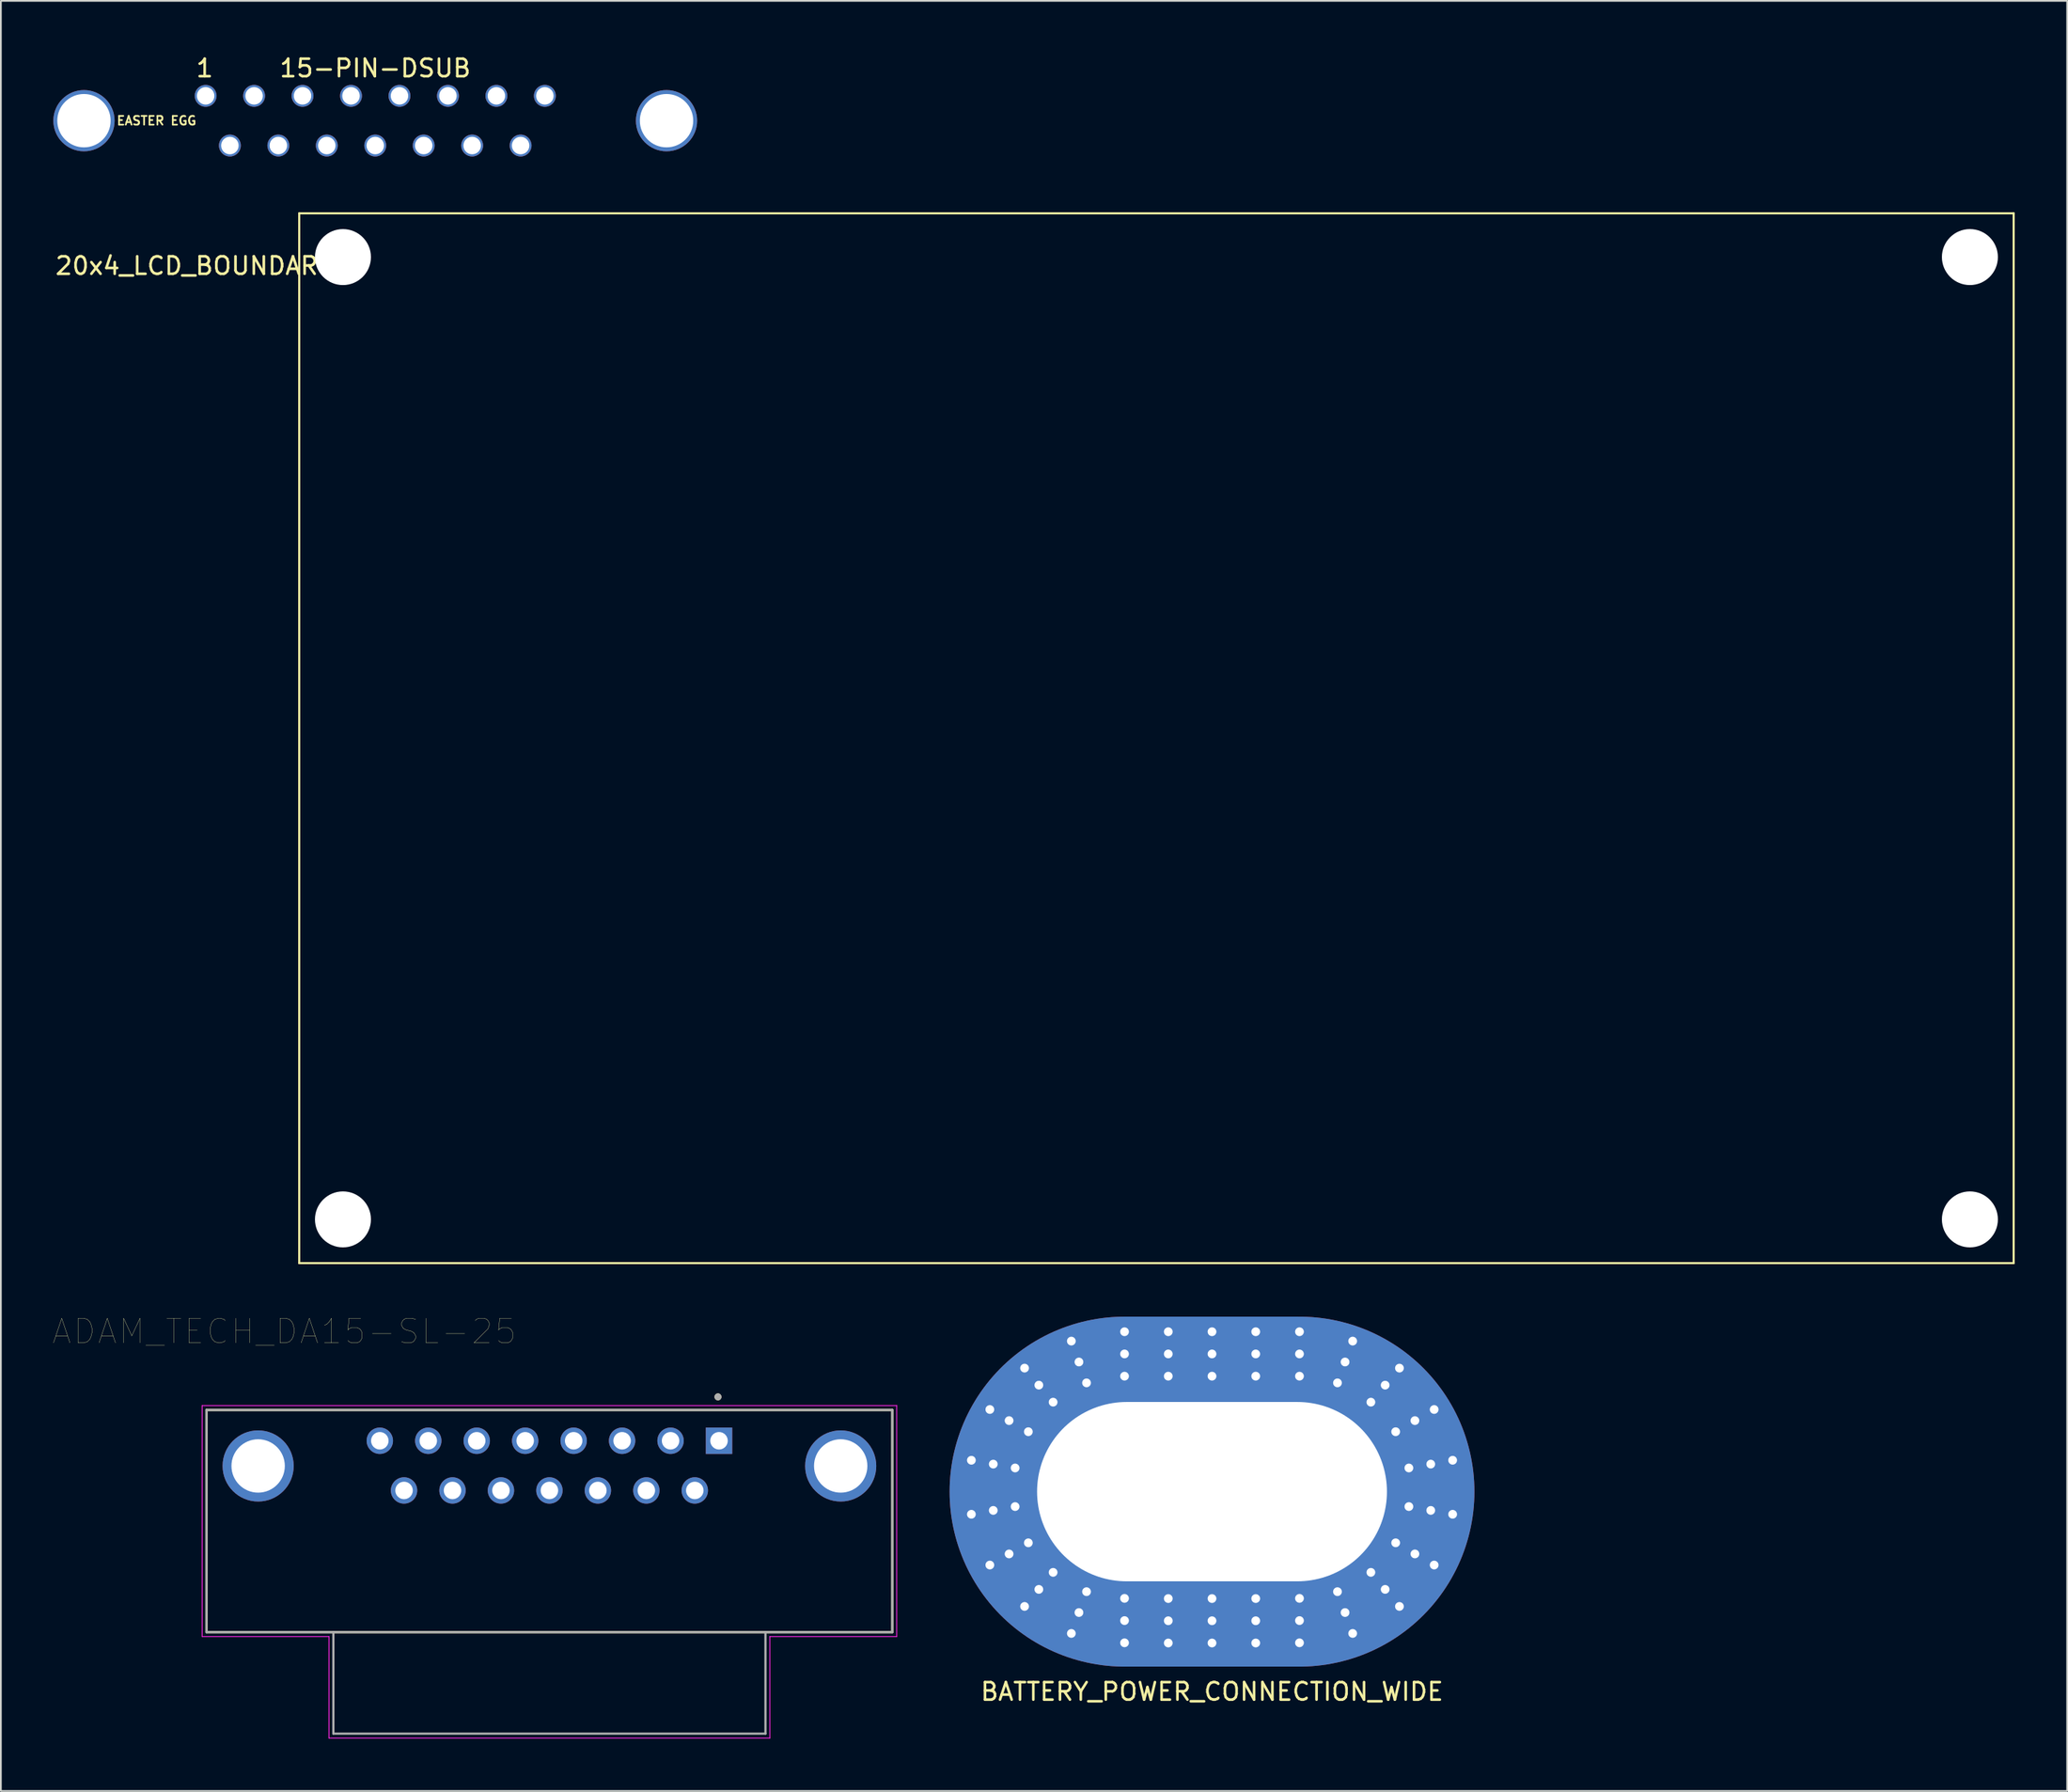
<source format=kicad_pcb>
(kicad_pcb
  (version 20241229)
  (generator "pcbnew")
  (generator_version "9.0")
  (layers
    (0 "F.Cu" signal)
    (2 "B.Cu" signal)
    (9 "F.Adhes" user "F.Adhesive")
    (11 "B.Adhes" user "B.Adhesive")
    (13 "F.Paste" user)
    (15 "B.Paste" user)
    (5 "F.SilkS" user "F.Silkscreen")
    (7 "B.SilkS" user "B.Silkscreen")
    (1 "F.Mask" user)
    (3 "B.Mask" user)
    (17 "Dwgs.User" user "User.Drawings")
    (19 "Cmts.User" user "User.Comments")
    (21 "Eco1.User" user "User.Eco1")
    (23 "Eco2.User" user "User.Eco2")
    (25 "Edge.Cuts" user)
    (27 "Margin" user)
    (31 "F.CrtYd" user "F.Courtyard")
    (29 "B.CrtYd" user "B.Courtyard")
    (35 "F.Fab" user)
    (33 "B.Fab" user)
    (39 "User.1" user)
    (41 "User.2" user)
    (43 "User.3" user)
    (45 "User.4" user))
  (footprint "ADAM_TECH_DA15-SL-25"
    (layer "F.Cu")
    (at 28.356 80.715)
    (property "Reference" "ADAM_TECH_DA15-SL-25" (at -15.159 -7.666 0) (layer "F.SilkS") (effects (font (size 1.402 1.402) (thickness 0.015))))
    (attr through_hole)
    (fp_line (start -19.6 -3.18) (end 19.6 -3.18) (stroke (width 0.127) (type solid)) (layer "F.SilkS"))
    (fp_line (start -19.6 9.52) (end -19.6 -3.18) (stroke (width 0.127) (type solid)) (layer "F.SilkS"))
    (fp_line (start 19.6 -3.18) (end 19.6 9.52) (stroke (width 0.127) (type solid)) (layer "F.SilkS"))
    (fp_line (start 19.6 9.52) (end -19.6 9.52) (stroke (width 0.127) (type solid)) (layer "F.SilkS"))
    (fp_circle (center 9.635 -3.928) (end 9.735 -3.928) (stroke (width 0.2) (type solid)) (fill no) (layer "F.SilkS"))
    (fp_line (start -19.85 -3.43) (end 19.85 -3.43) (stroke (width 0.05) (type solid)) (layer "F.CrtYd"))
    (fp_line (start -19.85 9.77) (end -19.85 -3.43) (stroke (width 0.05) (type solid)) (layer "F.CrtYd"))
    (fp_line (start -12.6 9.77) (end -19.85 9.77) (stroke (width 0.05) (type solid)) (layer "F.CrtYd"))
    (fp_line (start -12.6 15.57) (end -12.6 9.77) (stroke (width 0.05) (type solid)) (layer "F.CrtYd"))
    (fp_line (start 12.6 9.77) (end 12.6 15.57) (stroke (width 0.05) (type solid)) (layer "F.CrtYd"))
    (fp_line (start 12.6 15.57) (end -12.6 15.57) (stroke (width 0.05) (type solid)) (layer "F.CrtYd"))
    (fp_line (start 19.85 -3.43) (end 19.85 9.77) (stroke (width 0.05) (type solid)) (layer "F.CrtYd"))
    (fp_line (start 19.85 9.77) (end 12.6 9.77) (stroke (width 0.05) (type solid)) (layer "F.CrtYd"))
    (fp_line (start -19.6 -3.18) (end 19.6 -3.18) (stroke (width 0.127) (type solid)) (layer "F.Fab"))
    (fp_line (start -19.6 9.52) (end -19.6 -3.18) (stroke (width 0.127) (type solid)) (layer "F.Fab"))
    (fp_line (start -12.35 9.52) (end -19.6 9.52) (stroke (width 0.127) (type solid)) (layer "F.Fab"))
    (fp_line (start -12.35 15.32) (end -12.35 9.52) (stroke (width 0.127) (type solid)) (layer "F.Fab"))
    (fp_line (start 12.35 9.52) (end -12.35 9.52) (stroke (width 0.127) (type solid)) (layer "F.Fab"))
    (fp_line (start 12.35 9.52) (end 12.35 15.32) (stroke (width 0.127) (type solid)) (layer "F.Fab"))
    (fp_line (start 12.35 15.32) (end -12.35 15.32) (stroke (width 0.127) (type solid)) (layer "F.Fab"))
    (fp_line (start 19.6 -3.18) (end 19.6 9.52) (stroke (width 0.127) (type solid)) (layer "F.Fab"))
    (fp_line (start 19.6 9.52) (end 12.35 9.52) (stroke (width 0.127) (type solid)) (layer "F.Fab"))
    (fp_circle (center 9.635 -3.928) (end 9.735 -3.928) (stroke (width 0.2) (type solid)) (fill no) (layer "F.Fab"))
    (pad "1" thru_hole rect (at 9.695 -1.42) (size 1.508 1.508) (drill 1) (layers "*.Cu" "*.Mask"))
    (pad "2" thru_hole circle (at 6.925 -1.42) (size 1.508 1.508) (drill 1) (layers "*.Cu" "*.Mask"))
    (pad "3" thru_hole circle (at 4.155 -1.42) (size 1.508 1.508) (drill 1) (layers "*.Cu" "*.Mask"))
    (pad "4" thru_hole circle (at 1.385 -1.42) (size 1.508 1.508) (drill 1) (layers "*.Cu" "*.Mask"))
    (pad "5" thru_hole circle (at -1.385 -1.42) (size 1.508 1.508) (drill 1) (layers "*.Cu" "*.Mask"))
    (pad "6" thru_hole circle (at -4.155 -1.42) (size 1.508 1.508) (drill 1) (layers "*.Cu" "*.Mask"))
    (pad "7" thru_hole circle (at -6.925 -1.42) (size 1.508 1.508) (drill 1) (layers "*.Cu" "*.Mask"))
    (pad "8" thru_hole circle (at -9.695 -1.42) (size 1.508 1.508) (drill 1) (layers "*.Cu" "*.Mask"))
    (pad "9" thru_hole circle (at 8.31 1.42) (size 1.508 1.508) (drill 1) (layers "*.Cu" "*.Mask"))
    (pad "10" thru_hole circle (at 5.54 1.42) (size 1.508 1.508) (drill 1) (layers "*.Cu" "*.Mask"))
    (pad "11" thru_hole circle (at 2.77 1.42) (size 1.508 1.508) (drill 1) (layers "*.Cu" "*.Mask"))
    (pad "12" thru_hole circle (at 0 1.42) (size 1.508 1.508) (drill 1) (layers "*.Cu" "*.Mask"))
    (pad "13" thru_hole circle (at -2.77 1.42) (size 1.508 1.508) (drill 1) (layers "*.Cu" "*.Mask"))
    (pad "14" thru_hole circle (at -5.54 1.42) (size 1.508 1.508) (drill 1) (layers "*.Cu" "*.Mask"))
    (pad "15" thru_hole circle (at -8.31 1.42) (size 1.508 1.508) (drill 1) (layers "*.Cu" "*.Mask"))
    (pad "S1" thru_hole circle (at -16.65 0.02) (size 4.066 4.066) (drill 3.05) (layers "*.Cu" "*.Mask"))
    (pad "S2" thru_hole circle (at 16.65 0.02) (size 4.066 4.066) (drill 3.05) (layers "*.Cu" "*.Mask")))
  (footprint "BATTERY_POWER_CONNECTION_WIDE"
    (layer "F.Cu")
    (at 66.231 82.203)
    (property "Reference" "BATTERY_POWER_CONNECTION_WIDE" (at 0 11.43 0) (layer "F.SilkS") (effects (font (size 1 1) (thickness 0.15))))
    (attr through_hole)
    (pad "1" thru_hole circle (at -5 -9.14) (size 0.5 0.5) (drill 0.5) (layers "*.Cu" "*.Mask"))
    (pad "1" thru_hole circle (at -5 -7.87) (size 0.5 0.5) (drill 0.5) (layers "*.Cu" "*.Mask"))
    (pad "1" thru_hole circle (at -5 -6.6) (size 0.5 0.5) (drill 0.5) (layers "*.Cu" "*.Mask"))
    (pad "1" thru_hole circle (at -2.5 -9.14) (size 0.5 0.5) (drill 0.5) (layers "*.Cu" "*.Mask"))
    (pad "1" thru_hole circle (at -2.5 -7.87) (size 0.5 0.5) (drill 0.5) (layers "*.Cu" "*.Mask"))
    (pad "1" thru_hole circle (at -2.5 -6.6) (size 0.5 0.5) (drill 0.5) (layers "*.Cu" "*.Mask"))
    (pad "1" thru_hole circle (at -2.5 6.11) (size 0.5 0.5) (drill 0.5) (layers "*.Cu" "*.Mask"))
    (pad "1" thru_hole circle (at -2.5 7.38) (size 0.5 0.5) (drill 0.5) (layers "*.Cu" "*.Mask"))
    (pad "1" thru_hole circle (at -2.5 8.65) (size 0.5 0.5) (drill 0.5) (layers "*.Cu" "*.Mask"))
    (pad "1" thru_hole circle (at 0 -9.14) (size 0.5 0.5) (drill 0.5) (layers "*.Cu" "*.Mask"))
    (pad "1" thru_hole circle (at 0 -7.87) (size 0.5 0.5) (drill 0.5) (layers "*.Cu" "*.Mask"))
    (pad "1" thru_hole circle (at 0 -6.6) (size 0.5 0.5) (drill 0.5) (layers "*.Cu" "*.Mask"))
    (pad "1" thru_hole oval (at 0 0) (size 30 20) (drill oval 20 10.25) (layers "*.Cu" "*.Mask"))
    (pad "1" thru_hole circle (at 0 6.11) (size 0.5 0.5) (drill 0.5) (layers "*.Cu" "*.Mask"))
    (pad "1" thru_hole circle (at 0 7.38) (size 0.5 0.5) (drill 0.5) (layers "*.Cu" "*.Mask"))
    (pad "1" thru_hole circle (at 0 8.65) (size 0.5 0.5) (drill 0.5) (layers "*.Cu" "*.Mask"))
    (pad "1" thru_hole circle (at 2.5 -9.14) (size 0.5 0.5) (drill 0.5) (layers "*.Cu" "*.Mask"))
    (pad "1" thru_hole circle (at 2.5 -7.87) (size 0.5 0.5) (drill 0.5) (layers "*.Cu" "*.Mask"))
    (pad "1" thru_hole circle (at 2.5 -6.6) (size 0.5 0.5) (drill 0.5) (layers "*.Cu" "*.Mask"))
    (pad "1" thru_hole circle (at 2.5 6.11) (size 0.5 0.5) (drill 0.5) (layers "*.Cu" "*.Mask"))
    (pad "1" thru_hole circle (at 2.5 7.38) (size 0.5 0.5) (drill 0.5) (layers "*.Cu" "*.Mask"))
    (pad "1" thru_hole circle (at 2.5 8.65) (size 0.5 0.5) (drill 0.5) (layers "*.Cu" "*.Mask"))
    (pad "1" thru_hole circle (at 5 -9.14) (size 0.5 0.5) (drill 0.5) (layers "*.Cu" "*.Mask"))
    (pad "1" thru_hole circle (at 5 -7.87) (size 0.5 0.5) (drill 0.5) (layers "*.Cu" "*.Mask"))
    (pad "1" thru_hole circle (at 5 -6.6) (size 0.5 0.5) (drill 0.5) (layers "*.Cu" "*.Mask"))
    (pad "2" thru_hole circle (at -8.041 -8.604) (size 0.5 0.5) (drill 0.5) (layers "*.Cu" "*.Mask"))
    (pad "2" thru_hole circle (at -7.606 -7.41) (size 0.5 0.5) (drill 0.5) (layers "*.Cu" "*.Mask"))
    (pad "2" thru_hole circle (at -7.172 -6.217) (size 0.5 0.5) (drill 0.5) (layers "*.Cu" "*.Mask"))
    (pad "3" thru_hole circle (at -10.714 -7.06) (size 0.5 0.5) (drill 0.5) (layers "*.Cu" "*.Mask"))
    (pad "3" thru_hole circle (at -9.898 -6.087) (size 0.5 0.5) (drill 0.5) (layers "*.Cu" "*.Mask"))
    (pad "3" thru_hole circle (at -9.082 -5.114) (size 0.5 0.5) (drill 0.5) (layers "*.Cu" "*.Mask"))
    (pad "4" thru_hole circle (at -12.699 -4.695) (size 0.5 0.5) (drill 0.5) (layers "*.Cu" "*.Mask"))
    (pad "4" thru_hole circle (at -11.599 -4.06) (size 0.5 0.5) (drill 0.5) (layers "*.Cu" "*.Mask"))
    (pad "4" thru_hole circle (at -10.499 -3.425) (size 0.5 0.5) (drill 0.5) (layers "*.Cu" "*.Mask"))
    (pad "5" thru_hole circle (at -13.755 -1.794) (size 0.5 0.5) (drill 0.5) (layers "*.Cu" "*.Mask"))
    (pad "5" thru_hole circle (at -12.504 -1.573) (size 0.5 0.5) (drill 0.5) (layers "*.Cu" "*.Mask"))
    (pad "5" thru_hole circle (at -11.254 -1.353) (size 0.5 0.5) (drill 0.5) (layers "*.Cu" "*.Mask"))
    (pad "6" thru_hole circle (at -13.755 1.294) (size 0.5 0.5) (drill 0.5) (layers "*.Cu" "*.Mask"))
    (pad "6" thru_hole circle (at -12.504 1.073) (size 0.5 0.5) (drill 0.5) (layers "*.Cu" "*.Mask"))
    (pad "6" thru_hole circle (at -11.254 0.853) (size 0.5 0.5) (drill 0.5) (layers "*.Cu" "*.Mask"))
    (pad "7" thru_hole circle (at -12.699 4.195) (size 0.5 0.5) (drill 0.5) (layers "*.Cu" "*.Mask"))
    (pad "7" thru_hole circle (at -11.599 3.56) (size 0.5 0.5) (drill 0.5) (layers "*.Cu" "*.Mask"))
    (pad "7" thru_hole circle (at -10.499 2.925) (size 0.5 0.5) (drill 0.5) (layers "*.Cu" "*.Mask"))
    (pad "8" thru_hole circle (at -10.714 6.56) (size 0.5 0.5) (drill 0.5) (layers "*.Cu" "*.Mask"))
    (pad "8" thru_hole circle (at -9.898 5.587) (size 0.5 0.5) (drill 0.5) (layers "*.Cu" "*.Mask"))
    (pad "8" thru_hole circle (at -9.082 4.614) (size 0.5 0.5) (drill 0.5) (layers "*.Cu" "*.Mask"))
    (pad "9" thru_hole circle (at -8.041 8.104) (size 0.5 0.5) (drill 0.5) (layers "*.Cu" "*.Mask"))
    (pad "9" thru_hole circle (at -7.606 6.91) (size 0.5 0.5) (drill 0.5) (layers "*.Cu" "*.Mask"))
    (pad "9" thru_hole circle (at -7.172 5.717) (size 0.5 0.5) (drill 0.5) (layers "*.Cu" "*.Mask"))
    (pad "10" thru_hole circle (at -5 6.1) (size 0.5 0.5) (drill 0.5) (layers "*.Cu" "*.Mask"))
    (pad "10" thru_hole circle (at -5 7.37) (size 0.5 0.5) (drill 0.5) (layers "*.Cu" "*.Mask"))
    (pad "10" thru_hole circle (at -5 8.64) (size 0.5 0.5) (drill 0.5) (layers "*.Cu" "*.Mask"))
    (pad "10" thru_hole circle (at 5 6.1) (size 0.5 0.5) (drill 0.5) (layers "*.Cu" "*.Mask"))
    (pad "10" thru_hole circle (at 5 7.37) (size 0.5 0.5) (drill 0.5) (layers "*.Cu" "*.Mask"))
    (pad "10" thru_hole circle (at 5 8.64) (size 0.5 0.5) (drill 0.5) (layers "*.Cu" "*.Mask"))
    (pad "11" thru_hole circle (at 7.172 5.717) (size 0.5 0.5) (drill 0.5) (layers "*.Cu" "*.Mask"))
    (pad "11" thru_hole circle (at 7.606 6.91) (size 0.5 0.5) (drill 0.5) (layers "*.Cu" "*.Mask"))
    (pad "11" thru_hole circle (at 8.041 8.104) (size 0.5 0.5) (drill 0.5) (layers "*.Cu" "*.Mask"))
    (pad "12" thru_hole circle (at 9.082 4.614) (size 0.5 0.5) (drill 0.5) (layers "*.Cu" "*.Mask"))
    (pad "12" thru_hole circle (at 9.898 5.587) (size 0.5 0.5) (drill 0.5) (layers "*.Cu" "*.Mask"))
    (pad "12" thru_hole circle (at 10.714 6.56) (size 0.5 0.5) (drill 0.5) (layers "*.Cu" "*.Mask"))
    (pad "13" thru_hole circle (at 10.499 2.925) (size 0.5 0.5) (drill 0.5) (layers "*.Cu" "*.Mask"))
    (pad "13" thru_hole circle (at 11.599 3.56) (size 0.5 0.5) (drill 0.5) (layers "*.Cu" "*.Mask"))
    (pad "13" thru_hole circle (at 12.699 4.195) (size 0.5 0.5) (drill 0.5) (layers "*.Cu" "*.Mask"))
    (pad "14" thru_hole circle (at 11.254 0.853) (size 0.5 0.5) (drill 0.5) (layers "*.Cu" "*.Mask"))
    (pad "14" thru_hole circle (at 12.504 1.073) (size 0.5 0.5) (drill 0.5) (layers "*.Cu" "*.Mask"))
    (pad "14" thru_hole circle (at 13.755 1.294) (size 0.5 0.5) (drill 0.5) (layers "*.Cu" "*.Mask"))
    (pad "15" thru_hole circle (at 11.254 -1.353) (size 0.5 0.5) (drill 0.5) (layers "*.Cu" "*.Mask"))
    (pad "15" thru_hole circle (at 12.504 -1.573) (size 0.5 0.5) (drill 0.5) (layers "*.Cu" "*.Mask"))
    (pad "15" thru_hole circle (at 13.755 -1.794) (size 0.5 0.5) (drill 0.5) (layers "*.Cu" "*.Mask"))
    (pad "16" thru_hole circle (at 10.499 -3.425) (size 0.5 0.5) (drill 0.5) (layers "*.Cu" "*.Mask"))
    (pad "16" thru_hole circle (at 11.599 -4.06) (size 0.5 0.5) (drill 0.5) (layers "*.Cu" "*.Mask"))
    (pad "16" thru_hole circle (at 12.699 -4.695) (size 0.5 0.5) (drill 0.5) (layers "*.Cu" "*.Mask"))
    (pad "17" thru_hole circle (at 9.082 -5.114) (size 0.5 0.5) (drill 0.5) (layers "*.Cu" "*.Mask"))
    (pad "17" thru_hole circle (at 9.898 -6.087) (size 0.5 0.5) (drill 0.5) (layers "*.Cu" "*.Mask"))
    (pad "17" thru_hole circle (at 10.714 -7.06) (size 0.5 0.5) (drill 0.5) (layers "*.Cu" "*.Mask"))
    (pad "18" thru_hole circle (at 7.172 -6.217) (size 0.5 0.5) (drill 0.5) (layers "*.Cu" "*.Mask"))
    (pad "18" thru_hole circle (at 7.606 -7.41) (size 0.5 0.5) (drill 0.5) (layers "*.Cu" "*.Mask"))
    (pad "18" thru_hole circle (at 8.041 -8.604) (size 0.5 0.5) (drill 0.5) (layers "*.Cu" "*.Mask")))
  (footprint "15-PIN-DSUB"
    (layer "F.Cu")
    (at 18.4 3.848)
    (property "Reference" "15-PIN-DSUB" (at 0 -3 0) (layer "F.SilkS") (effects (font (size 1 1) (thickness 0.15))))
    (attr through_hole)
    (fp_text user "1" (at -9.75 -3 0) (layer "F.SilkS") (effects (font (size 1 1) (thickness 0.15))))
    (fp_text user "EASTER EGG" (at -12.5 0 0) (layer "F.SilkS") (effects (font (size 0.5 0.5) (thickness 0.1))))
    (pad "" thru_hole circle (at -16.65 0) (size 3.5 3.5) (drill 3.05) (layers "*.Cu" "*.Mask"))
    (pad "" thru_hole circle (at 16.65 0) (size 3.5 3.5) (drill 3.05) (layers "*.Cu" "*.Mask"))
    (pad "1" thru_hole circle (at -9.695 -1.42) (size 1.25 1.25) (drill 1) (layers "*.Cu" "*.Mask"))
    (pad "2" thru_hole circle (at -6.925 -1.42) (size 1.25 1.25) (drill 1) (layers "*.Cu" "*.Mask"))
    (pad "3" thru_hole circle (at -4.155 -1.42) (size 1.25 1.25) (drill 1) (layers "*.Cu" "*.Mask"))
    (pad "4" thru_hole circle (at -1.385 -1.42) (size 1.25 1.25) (drill 1) (layers "*.Cu" "*.Mask"))
    (pad "5" thru_hole circle (at 1.385 -1.42) (size 1.25 1.25) (drill 1) (layers "*.Cu" "*.Mask"))
    (pad "6" thru_hole circle (at 4.155 -1.42) (size 1.25 1.25) (drill 1) (layers "*.Cu" "*.Mask"))
    (pad "7" thru_hole circle (at 6.925 -1.42) (size 1.25 1.25) (drill 1) (layers "*.Cu" "*.Mask"))
    (pad "8" thru_hole circle (at 9.695 -1.42) (size 1.25 1.25) (drill 1) (layers "*.Cu" "*.Mask"))
    (pad "9" thru_hole circle (at -8.31 1.42) (size 1.25 1.25) (drill 1) (layers "*.Cu" "*.Mask"))
    (pad "10" thru_hole circle (at -5.54 1.42) (size 1.25 1.25) (drill 1) (layers "*.Cu" "*.Mask"))
    (pad "11" thru_hole circle (at -2.77 1.42) (size 1.25 1.25) (drill 1) (layers "*.Cu" "*.Mask"))
    (pad "12" thru_hole circle (at 0 1.42) (size 1.25 1.25) (drill 1) (layers "*.Cu" "*.Mask"))
    (pad "13" thru_hole circle (at 2.77 1.42) (size 1.25 1.25) (drill 1) (layers "*.Cu" "*.Mask"))
    (pad "14" thru_hole circle (at 5.54 1.42) (size 1.25 1.25) (drill 1) (layers "*.Cu" "*.Mask"))
    (pad "15" thru_hole circle (at 8.31 1.42) (size 1.25 1.25) (drill 1) (layers "*.Cu" "*.Mask")))
  (footprint "20x4_LCD_BOUNDARY"
    (layer "F.Cu")
    (at 14.054 9.143)
    (property "Reference" "20x4_LCD_BOUNDARY" (at -6 3 0) (layer "F.SilkS") (effects (font (size 1 1) (thickness 0.15))))
    (attr through_hole)
    (fp_line (start 0 0) (end 98 0) (stroke (width 0.12) (type solid)) (layer "F.SilkS"))
    (fp_line (start 0 60) (end 0 0) (stroke (width 0.12) (type solid)) (layer "F.SilkS"))
    (fp_line (start 98 0) (end 98 60) (stroke (width 0.12) (type solid)) (layer "F.SilkS"))
    (fp_line (start 98 60) (end 0 60) (stroke (width 0.12) (type solid)) (layer "F.SilkS"))
    (pad "" np_thru_hole circle (at 2.5 2.5) (size 3.2 3.2) (drill 3.2) (layers "*.Cu" "*.Mask"))
    (pad "" np_thru_hole circle (at 2.5 57.5) (size 3.2 3.2) (drill 3.2) (layers "*.Cu" "*.Mask"))
    (pad "" np_thru_hole circle (at 95.5 2.5) (size 3.2 3.2) (drill 3.2) (layers "*.Cu" "*.Mask"))
    (pad "" np_thru_hole circle (at 95.5 57.5) (size 3.2 3.2) (drill 3.2) (layers "*.Cu" "*.Mask")))
  (gr_rect
    (start -3 -3)
    (end 115.114 99.31)
    (stroke (width 0.1) (type default))
    (fill no)
    (layer "Edge.Cuts")))
</source>
